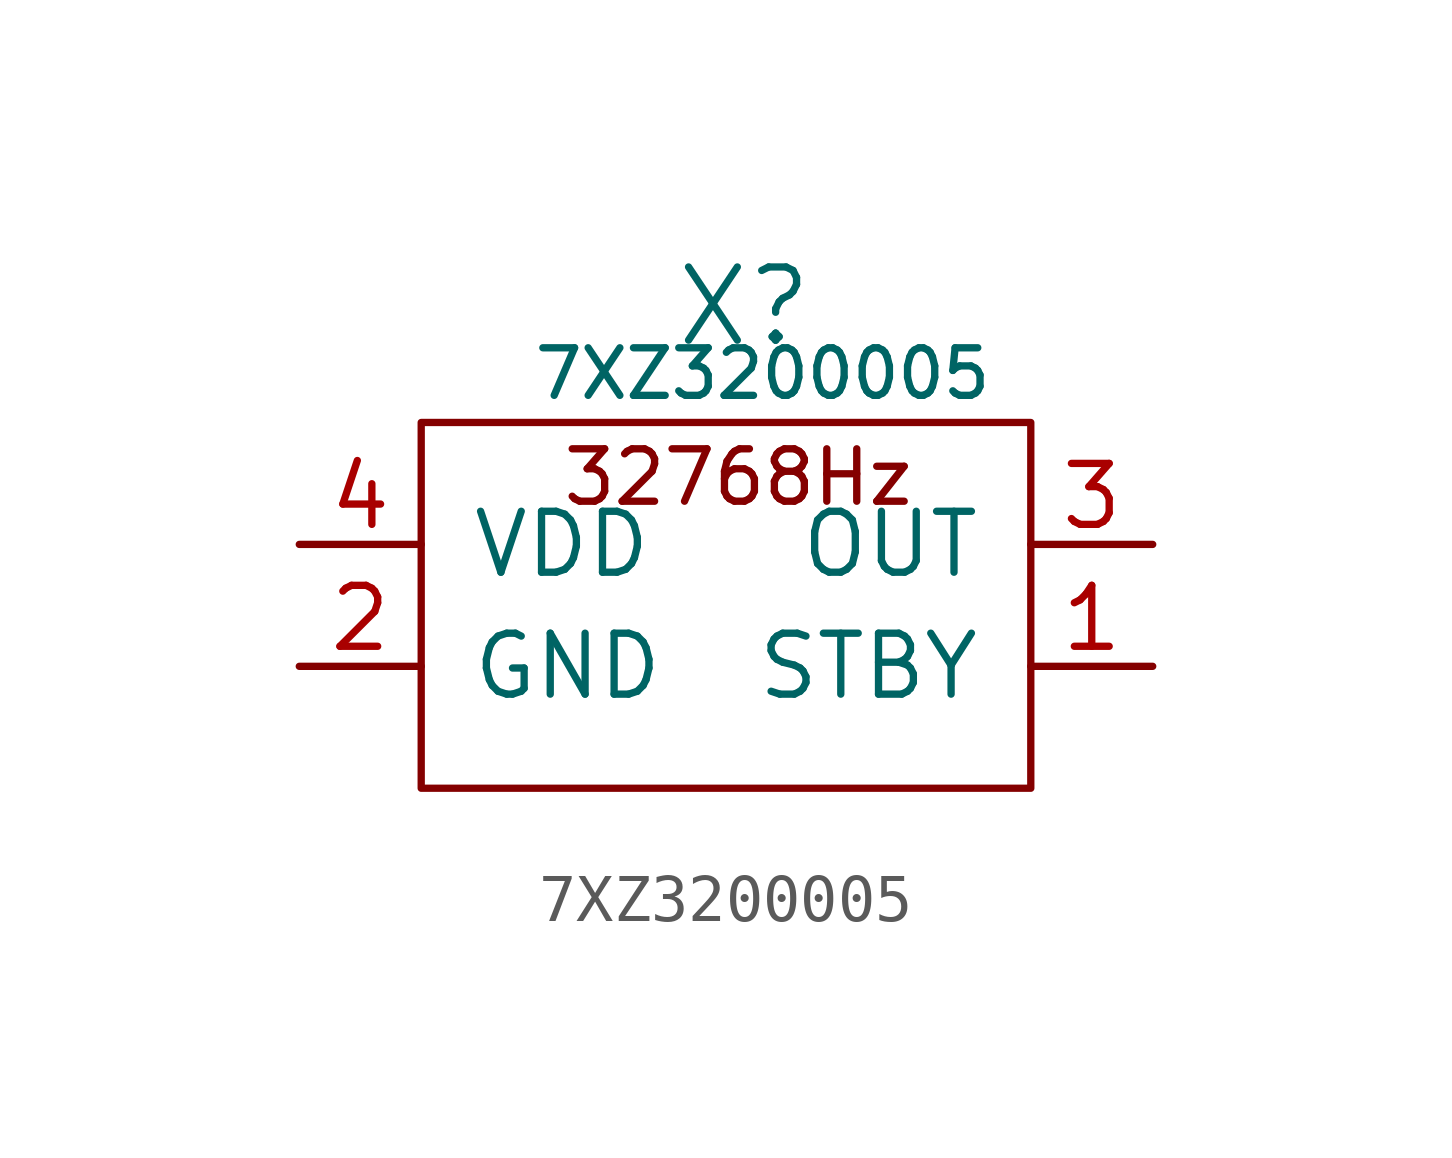
<source format=kicad_sym>
(kicad_symbol_lib
  (version 20220914)
  (generator kicad_symbol_editor)
  (symbol "7XZ3200005"
    (pin_names
      (offset 1.016))
    (property "Reference" "X"
      (at 6.731 10.033 0)
      (effects (font (size 1.524 1.524))))
    (property "Value" "7XZ3200005"
      (at 7.112 8.636 0)
      (effects (font (size 0.991 0.991))))
    (property "Footprint" ""
      (at 0 0 0)
      (effects (font (size 1.524 1.524))))
    (property "Datasheet" ""
      (at 0 0 0)
      (effects (font (size 1.524 1.524))))
    (symbol "7XZ3200005_0_0"
      (rectangle (start 0 0) (end 12.7 7.62) (stroke (width 0) (type solid)) (fill (type none)))
      (text "32768Hz" (at 6.604 6.477 0) (effects (font (size 1.092 1.092)))))
    (symbol "7XZ3200005_1_1"
      (pin input line (at 15.24 2.54 180) (length 2.54) (name "STBY" (effects (font (size 1.27 1.27)))) (number "1" (effects (font (size 1.27 1.27)))))
      (pin power_in line (at -2.54 2.54 0) (length 2.54) (name "GND" (effects (font (size 1.27 1.27)))) (number "2" (effects (font (size 1.27 1.27)))))
      (pin output line (at 15.24 5.08 180) (length 2.54) (name "OUT" (effects (font (size 1.27 1.27)))) (number "3" (effects (font (size 1.27 1.27)))))
      (pin power_in line (at -2.54 5.08 0) (length 2.54) (name "VDD" (effects (font (size 1.27 1.27)))) (number "4" (effects (font (size 1.27 1.27))))))))
</source>
